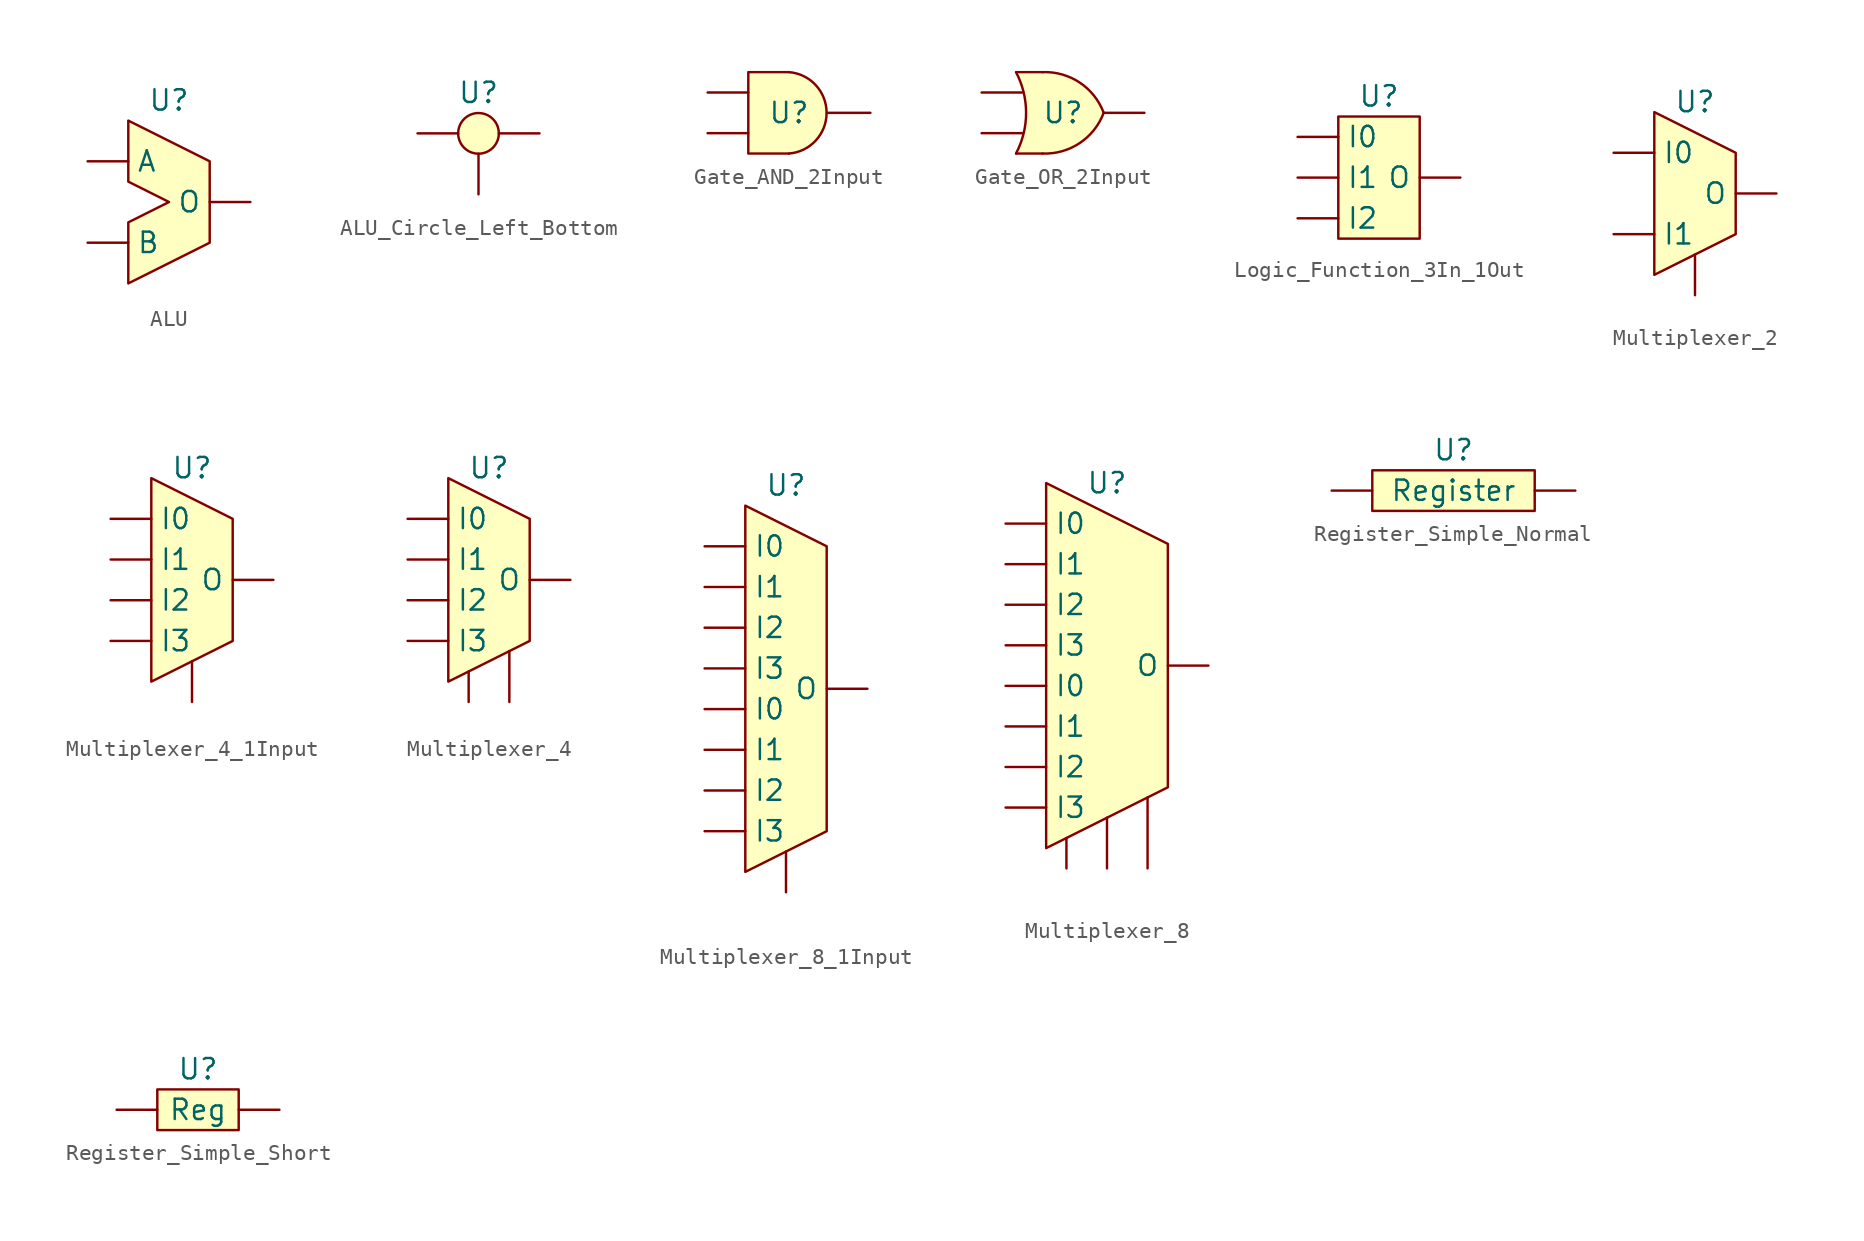
<source format=kicad_sym>
(kicad_symbol_lib
  (version 20220914)
  (generator kicad_symbol_editor)
  (symbol "ALU"
    (property "Reference" "U"
      (at 0 6.35 0)
      (effects (font (size 1.27 1.27))))
    (property "Value" ""
      (at 0 0 0)
      (effects (font (size 1.27 1.27))))
    (symbol "ALU_0_1"
      (polyline (pts (xy 0 0) (xy -2.54 1.27) (xy -2.54 5.08) (xy 2.54 2.54) (xy 2.54 -2.54) (xy -2.54 -5.08) (xy -2.54 -1.27) (xy 0 0)) (stroke (width 0) (type default)) (fill (type background))))
    (symbol "ALU_1_1"
      (pin input line (at -5.08 2.54 0) (length 2.54) (name "A" (effects (font (size 1.27 1.27)))) (number "" (effects (font (size 1.27 1.27)))))
      (pin input line (at -5.08 -2.54 0) (length 2.54) (name "B" (effects (font (size 1.27 1.27)))) (number "" (effects (font (size 1.27 1.27)))))
      (pin output line (at 5.08 0 180) (length 2.54) (name "O" (effects (font (size 1.27 1.27)))) (number "" (effects (font (size 1.27 1.27)))))))
  (symbol "ALU_Circle_Left_Bottom"
    (property "Reference" "U"
      (at 0 2.54 0)
      (effects (font (size 1.27 1.27))))
    (property "Value" ""
      (at 0 0 0)
      (effects (font (size 1.27 1.27))))
    (symbol "ALU_Circle_Left_Bottom_0_1"
      (circle (center 0 0) (radius 1.27) (stroke (width 0) (type default)) (fill (type background))))
    (symbol "ALU_Circle_Left_Bottom_1_1"
      (pin input line (at -3.81 0 0) (length 2.54) (name "" (effects (font (size 1.27 1.27)))) (number "" (effects (font (size 1.27 1.27)))))
      (pin input line (at 0 -3.81 90) (length 2.54) (name "" (effects (font (size 1.27 1.27)))) (number "" (effects (font (size 1.27 1.27)))))
      (pin output line (at 3.81 0 180) (length 2.54) (name "" (effects (font (size 1.27 1.27)))) (number "" (effects (font (size 1.27 1.27)))))))
  (symbol "Gate_AND_2Input"
    (property "Reference" "U"
      (at 0 0 0)
      (effects (font (size 1.27 1.27))))
    (property "Value" ""
      (at 0 0 0)
      (effects (font (size 1.27 1.27))))
    (symbol "Gate_AND_2Input_1_1"
      (arc (start 0 -2.54) (mid 2.3462 0) (end 0 2.54) (stroke (width 0) (type default)) (fill (type background)))
      (polyline (pts (xy 0 2.54) (xy -2.54 2.54) (xy -2.54 -2.54) (xy 0 -2.54)) (stroke (width 0) (type default)) (fill (type background)))
      (pin input line (at -5.08 -1.27 0) (length 2.54) (name "" (effects (font (size 1.27 1.27)))) (number "" (effects (font (size 1.27 1.27)))))
      (pin input line (at -5.08 1.27 0) (length 2.54) (name "" (effects (font (size 1.27 1.27)))) (number "" (effects (font (size 1.27 1.27)))))
      (pin output line (at 5.08 0 180) (length 2.718) (name "" (effects (font (size 1.27 1.27)))) (number "" (effects (font (size 1.27 1.27)))))))
  (symbol "Gate_OR_2Input"
    (property "Reference" "U"
      (at 0 0 0)
      (effects (font (size 1.27 1.27))))
    (property "Value" ""
      (at 0 0 0)
      (effects (font (size 1.27 1.27))))
    (symbol "Gate_OR_2Input_0_1"
      (polyline (pts (xy -1.143 2.54) (xy -2.921 2.54) (xy -2.667 2.032) (xy -2.413 1.27) (xy -2.286 0) (xy -2.413 -1.27) (xy -2.667 -2.032) (xy -2.921 -2.54) (xy -1.143 -2.54)) (stroke (width -0.0001) (type default)) (fill (type background))))
    (symbol "Gate_OR_2Input_1_1"
      (arc (start -2.9329 -2.54) (mid -2.3039 0) (end -2.9329 2.54) (stroke (width 0) (type default)) (fill (type none)))
      (arc (start -1.2715 -2.5401) (mid 1.0445 -1.8866) (end 2.5385 -0.0001) (stroke (width 0) (type default)) (fill (type background)))
      (polyline (pts (xy -1.27 -2.54) (xy -2.921 -2.54)) (stroke (width 0) (type default)) (fill (type background)))
      (polyline (pts (xy -1.27 2.54) (xy -2.921 2.54)) (stroke (width 0) (type default)) (fill (type none)))
      (arc (start 2.54 0) (mid 1.046 1.8865) (end -1.27 2.54) (stroke (width 0) (type default)) (fill (type background)))
      (pin input line (at -5.08 -1.27 0) (length 2.54) (name "" (effects (font (size 1.27 1.27)))) (number "" (effects (font (size 1.27 1.27)))))
      (pin input line (at -5.08 1.27 0) (length 2.54) (name "" (effects (font (size 1.27 1.27)))) (number "" (effects (font (size 1.27 1.27)))))
      (pin output line (at 5.08 0 180) (length 2.54) (name "" (effects (font (size 1.27 1.27)))) (number "" (effects (font (size 1.27 1.27)))))))
  (symbol "Logic_Function_3In_1Out"
    (property "Reference" "U"
      (at 0 5.08 0)
      (effects (font (size 1.27 1.27))))
    (property "Value" ""
      (at 0 0 0)
      (effects (font (size 1.27 1.27))))
    (symbol "Logic_Function_3In_1Out_0_1"
      (rectangle (start -2.54 3.81) (end 2.54 -3.81) (stroke (width 0) (type default)) (fill (type background))))
    (symbol "Logic_Function_3In_1Out_1_1"
      (pin input line (at -5.08 2.54 0) (length 2.54) (name "I0" (effects (font (size 1.27 1.27)))) (number "" (effects (font (size 1.27 1.27)))))
      (pin input line (at -5.08 0 0) (length 2.54) (name "I1" (effects (font (size 1.27 1.27)))) (number "" (effects (font (size 1.27 1.27)))))
      (pin input line (at -5.08 -2.54 0) (length 2.54) (name "I2" (effects (font (size 1.27 1.27)))) (number "" (effects (font (size 1.27 1.27)))))
      (pin output line (at 5.08 0 180) (length 2.54) (name "O" (effects (font (size 1.27 1.27)))) (number "" (effects (font (size 1.27 1.27)))))))
  (symbol "Multiplexer_2"
    (property "Reference" "U"
      (at 0 5.715 0)
      (effects (font (size 1.27 1.27))))
    (property "Value" ""
      (at 0 0 0)
      (effects (font (size 1.27 1.27))))
    (symbol "Multiplexer_2_0_1"
      (polyline (pts (xy -2.54 5.08) (xy 2.54 2.54) (xy 2.54 -2.54) (xy -2.54 -5.08) (xy -2.54 5.08)) (stroke (width 0) (type default)) (fill (type background))))
    (symbol "Multiplexer_2_1_1"
      (pin input line (at 0 -6.35 90) (length 2.54) (name "" (effects (font (size 1.27 1.27)))) (number "" (effects (font (size 1.27 1.27)))))
      (pin input line (at -5.08 2.54 0) (length 2.54) (name "I0" (effects (font (size 1.27 1.27)))) (number "" (effects (font (size 1.27 1.27)))))
      (pin input line (at -5.08 -2.54 0) (length 2.54) (name "I1" (effects (font (size 1.27 1.27)))) (number "" (effects (font (size 1.27 1.27)))))
      (pin output line (at 5.08 0 180) (length 2.54) (name "O" (effects (font (size 1.27 1.27)))) (number "" (effects (font (size 1.27 1.27)))))))
  (symbol "Multiplexer_4_1Input"
    (property "Reference" "U"
      (at 0 6.985 0)
      (effects (font (size 1.27 1.27))))
    (property "Value" ""
      (at 0 0 0)
      (effects (font (size 1.27 1.27))))
    (symbol "Multiplexer_4_1Input_0_1"
      (polyline (pts (xy -2.54 6.35) (xy 2.54 3.81) (xy 2.54 -3.81) (xy -2.54 -6.35) (xy -2.54 6.35)) (stroke (width 0) (type default)) (fill (type background))))
    (symbol "Multiplexer_4_1Input_1_1"
      (pin input line (at 0 -7.62 90) (length 2.54) (name "" (effects (font (size 1.27 1.27)))) (number "" (effects (font (size 1.27 1.27)))))
      (pin input line (at -5.08 3.81 0) (length 2.54) (name "I0" (effects (font (size 1.27 1.27)))) (number "" (effects (font (size 1.27 1.27)))))
      (pin input line (at -5.08 1.27 0) (length 2.54) (name "I1" (effects (font (size 1.27 1.27)))) (number "" (effects (font (size 1.27 1.27)))))
      (pin input line (at -5.08 -1.27 0) (length 2.54) (name "I2" (effects (font (size 1.27 1.27)))) (number "" (effects (font (size 1.27 1.27)))))
      (pin input line (at -5.08 -3.81 0) (length 2.54) (name "I3" (effects (font (size 1.27 1.27)))) (number "" (effects (font (size 1.27 1.27)))))
      (pin output line (at 5.08 0 180) (length 2.54) (name "O" (effects (font (size 1.27 1.27)))) (number "" (effects (font (size 1.27 1.27)))))))
  (symbol "Multiplexer_4"
    (property "Reference" "U"
      (at 0 6.985 0)
      (effects (font (size 1.27 1.27))))
    (property "Value" ""
      (at 0 0 0)
      (effects (font (size 1.27 1.27))))
    (symbol "Multiplexer_4_0_1"
      (polyline (pts (xy -2.54 6.35) (xy 2.54 3.81) (xy 2.54 -3.81) (xy -2.54 -6.35) (xy -2.54 6.35)) (stroke (width 0) (type default)) (fill (type background))))
    (symbol "Multiplexer_4_1_1"
      (pin input line (at -1.27 -7.62 90) (length 1.905) (name "" (effects (font (size 1.27 1.27)))) (number "" (effects (font (size 1.27 1.27)))))
      (pin input line (at 1.27 -7.62 90) (length 3.175) (name "" (effects (font (size 1.27 1.27)))) (number "" (effects (font (size 1.27 1.27)))))
      (pin input line (at -5.08 3.81 0) (length 2.54) (name "I0" (effects (font (size 1.27 1.27)))) (number "" (effects (font (size 1.27 1.27)))))
      (pin input line (at -5.08 1.27 0) (length 2.54) (name "I1" (effects (font (size 1.27 1.27)))) (number "" (effects (font (size 1.27 1.27)))))
      (pin input line (at -5.08 -1.27 0) (length 2.54) (name "I2" (effects (font (size 1.27 1.27)))) (number "" (effects (font (size 1.27 1.27)))))
      (pin input line (at -5.08 -3.81 0) (length 2.54) (name "I3" (effects (font (size 1.27 1.27)))) (number "" (effects (font (size 1.27 1.27)))))
      (pin output line (at 5.08 0 180) (length 2.54) (name "O" (effects (font (size 1.27 1.27)))) (number "" (effects (font (size 1.27 1.27)))))))
  (symbol "Multiplexer_8_1Input"
    (property "Reference" "U"
      (at 0 12.7 0)
      (effects (font (size 1.27 1.27))))
    (property "Value" ""
      (at 0 0 0)
      (effects (font (size 1.27 1.27))))
    (symbol "Multiplexer_8_1Input_0_1"
      (polyline (pts (xy -2.54 11.43) (xy 2.54 8.89) (xy 2.54 -8.89) (xy -2.54 -11.43) (xy -2.54 11.43)) (stroke (width 0) (type default)) (fill (type background))))
    (symbol "Multiplexer_8_1Input_1_1"
      (pin input line (at 0 -12.7 90) (length 2.54) (name "" (effects (font (size 1.27 1.27)))) (number "" (effects (font (size 1.27 1.27)))))
      (pin input line (at -5.08 -1.27 0) (length 2.54) (name "I0" (effects (font (size 1.27 1.27)))) (number "" (effects (font (size 1.27 1.27)))))
      (pin input line (at -5.08 8.89 0) (length 2.54) (name "I0" (effects (font (size 1.27 1.27)))) (number "" (effects (font (size 1.27 1.27)))))
      (pin input line (at -5.08 -3.81 0) (length 2.54) (name "I1" (effects (font (size 1.27 1.27)))) (number "" (effects (font (size 1.27 1.27)))))
      (pin input line (at -5.08 6.35 0) (length 2.54) (name "I1" (effects (font (size 1.27 1.27)))) (number "" (effects (font (size 1.27 1.27)))))
      (pin input line (at -5.08 -6.35 0) (length 2.54) (name "I2" (effects (font (size 1.27 1.27)))) (number "" (effects (font (size 1.27 1.27)))))
      (pin input line (at -5.08 3.81 0) (length 2.54) (name "I2" (effects (font (size 1.27 1.27)))) (number "" (effects (font (size 1.27 1.27)))))
      (pin input line (at -5.08 -8.89 0) (length 2.54) (name "I3" (effects (font (size 1.27 1.27)))) (number "" (effects (font (size 1.27 1.27)))))
      (pin input line (at -5.08 1.27 0) (length 2.54) (name "I3" (effects (font (size 1.27 1.27)))) (number "" (effects (font (size 1.27 1.27)))))
      (pin output line (at 5.08 0 180) (length 2.54) (name "O" (effects (font (size 1.27 1.27)))) (number "" (effects (font (size 1.27 1.27)))))))
  (symbol "Multiplexer_8"
    (property "Reference" "U"
      (at -1.27 11.43 0)
      (effects (font (size 1.27 1.27))))
    (property "Value" ""
      (at 0 0 0)
      (effects (font (size 1.27 1.27))))
    (symbol "Multiplexer_8_0_1"
      (polyline (pts (xy -5.08 11.43) (xy 2.54 7.62) (xy 2.54 -7.62) (xy -5.08 -11.43) (xy -5.08 11.43)) (stroke (width 0) (type default)) (fill (type background))))
    (symbol "Multiplexer_8_1_1"
      (pin input line (at -3.81 -12.7 90) (length 1.905) (name "" (effects (font (size 1.27 1.27)))) (number "" (effects (font (size 1.27 1.27)))))
      (pin input line (at -1.27 -12.7 90) (length 3.175) (name "" (effects (font (size 1.27 1.27)))) (number "" (effects (font (size 1.27 1.27)))))
      (pin input line (at 1.27 -12.7 90) (length 4.445) (name "" (effects (font (size 1.27 1.27)))) (number "" (effects (font (size 1.27 1.27)))))
      (pin input line (at -7.62 -1.27 0) (length 2.54) (name "I0" (effects (font (size 1.27 1.27)))) (number "" (effects (font (size 1.27 1.27)))))
      (pin input line (at -7.62 8.89 0) (length 2.54) (name "I0" (effects (font (size 1.27 1.27)))) (number "" (effects (font (size 1.27 1.27)))))
      (pin input line (at -7.62 -3.81 0) (length 2.54) (name "I1" (effects (font (size 1.27 1.27)))) (number "" (effects (font (size 1.27 1.27)))))
      (pin input line (at -7.62 6.35 0) (length 2.54) (name "I1" (effects (font (size 1.27 1.27)))) (number "" (effects (font (size 1.27 1.27)))))
      (pin input line (at -7.62 -6.35 0) (length 2.54) (name "I2" (effects (font (size 1.27 1.27)))) (number "" (effects (font (size 1.27 1.27)))))
      (pin input line (at -7.62 3.81 0) (length 2.54) (name "I2" (effects (font (size 1.27 1.27)))) (number "" (effects (font (size 1.27 1.27)))))
      (pin input line (at -7.62 -8.89 0) (length 2.54) (name "I3" (effects (font (size 1.27 1.27)))) (number "" (effects (font (size 1.27 1.27)))))
      (pin input line (at -7.62 1.27 0) (length 2.54) (name "I3" (effects (font (size 1.27 1.27)))) (number "" (effects (font (size 1.27 1.27)))))
      (pin output line (at 5.08 0 180) (length 2.54) (name "O" (effects (font (size 1.27 1.27)))) (number "" (effects (font (size 1.27 1.27)))))))
  (symbol "Register_Simple_Normal"
    (property "Reference" "U"
      (at 0 2.54 0)
      (effects (font (size 1.27 1.27))))
    (property "Value" "Register"
      (at 0 0 0)
      (effects (font (size 1.27 1.27))))
    (symbol "Register_Simple_Normal_0_1"
      (rectangle (start -5.08 1.27) (end 5.08 -1.27) (stroke (width 0) (type default)) (fill (type background))))
    (symbol "Register_Simple_Normal_1_1"
      (pin input line (at -7.62 0 0) (length 2.54) (name "" (effects (font (size 1.27 1.27)))) (number "" (effects (font (size 1.27 1.27)))))
      (pin output line (at 7.62 0 180) (length 2.54) (name "" (effects (font (size 1.27 1.27)))) (number "" (effects (font (size 1.27 1.27)))))))
  (symbol "Register_Simple_Short"
    (property "Reference" "U"
      (at 0 2.54 0)
      (effects (font (size 1.27 1.27))))
    (property "Value" "Reg"
      (at 0 0 0)
      (effects (font (size 1.27 1.27))))
    (symbol "Register_Simple_Short_0_1"
      (rectangle (start -2.54 1.27) (end 2.54 -1.27) (stroke (width 0) (type default)) (fill (type background))))
    (symbol "Register_Simple_Short_1_1"
      (pin input line (at -5.08 0 0) (length 2.54) (name "" (effects (font (size 1.27 1.27)))) (number "" (effects (font (size 1.27 1.27)))))
      (pin output line (at 5.08 0 180) (length 2.54) (name "" (effects (font (size 1.27 1.27)))) (number "" (effects (font (size 1.27 1.27))))))))
</source>
